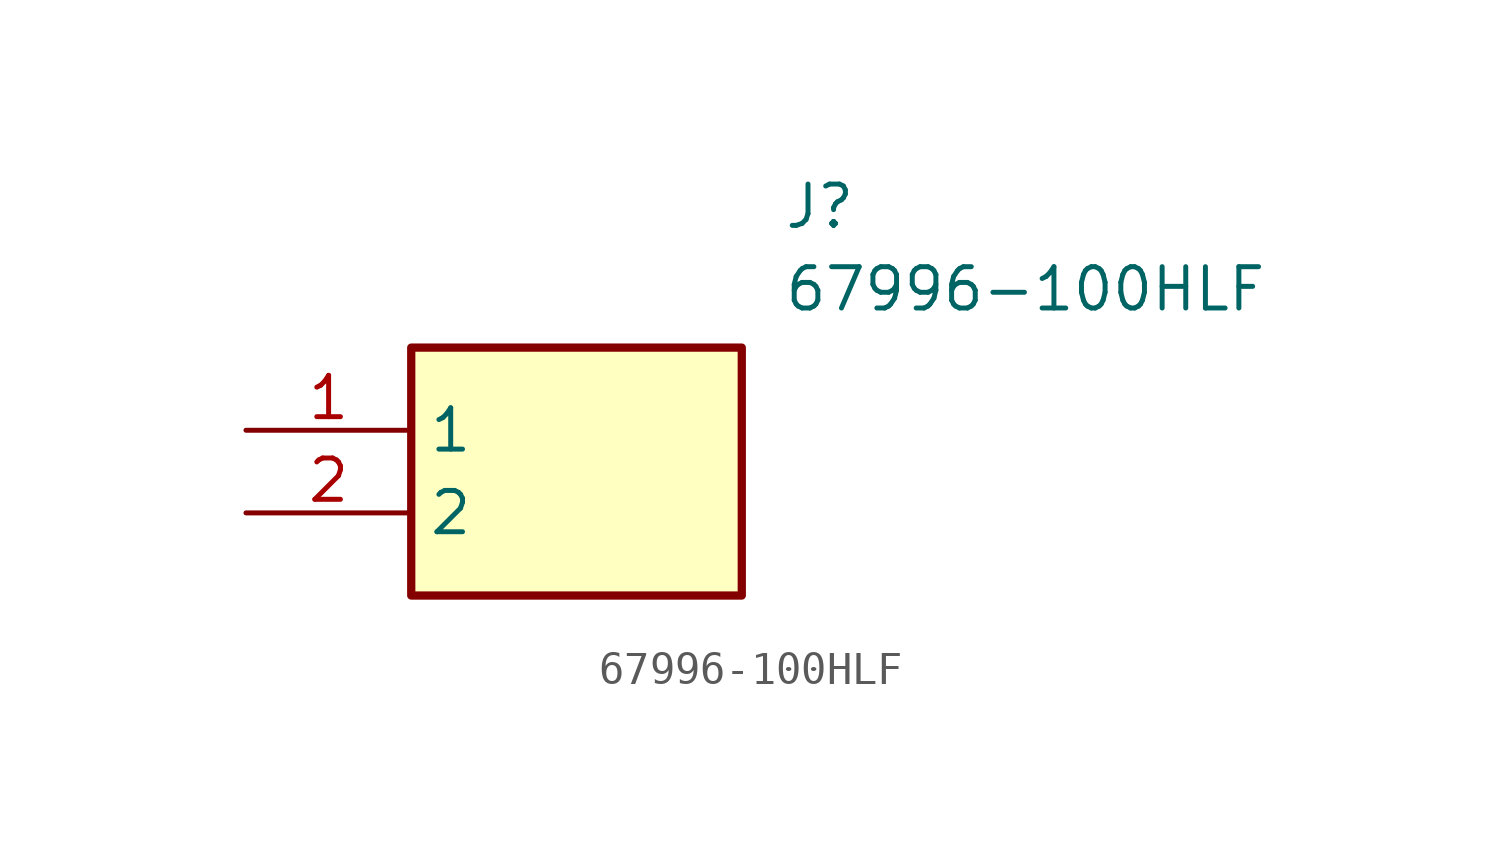
<source format=kicad_sym>
(kicad_symbol_lib
  (version 20211014)
  (generator SamacSys_ECAD_Model)
  (symbol "67996-100HLF"
    (property "Reference" "J"
      (at 16.51 7.62 0)
      (effects (font (size 1.27 1.27)) (justify left top)))
    (property "Value" "67996-100HLF"
      (at 16.51 5.08 0)
      (effects (font (size 1.27 1.27)) (justify left top)))
    (rectangle
      (start 5.08 2.54)
      (end 15.24 -5.08)
      (stroke (width 0.254) (type default))
      (fill (type background)))
    (pin passive line
      (at 0 0 0)
      (length 5.08)
      (name "1" (effects (font (size 1.27 1.27))))
      (number "1" (effects (font (size 1.27 1.27)))))
    (pin passive line
      (at 0 -2.54 0)
      (length 5.08)
      (name "2" (effects (font (size 1.27 1.27))))
      (number "2" (effects (font (size 1.27 1.27)))))))
</source>
